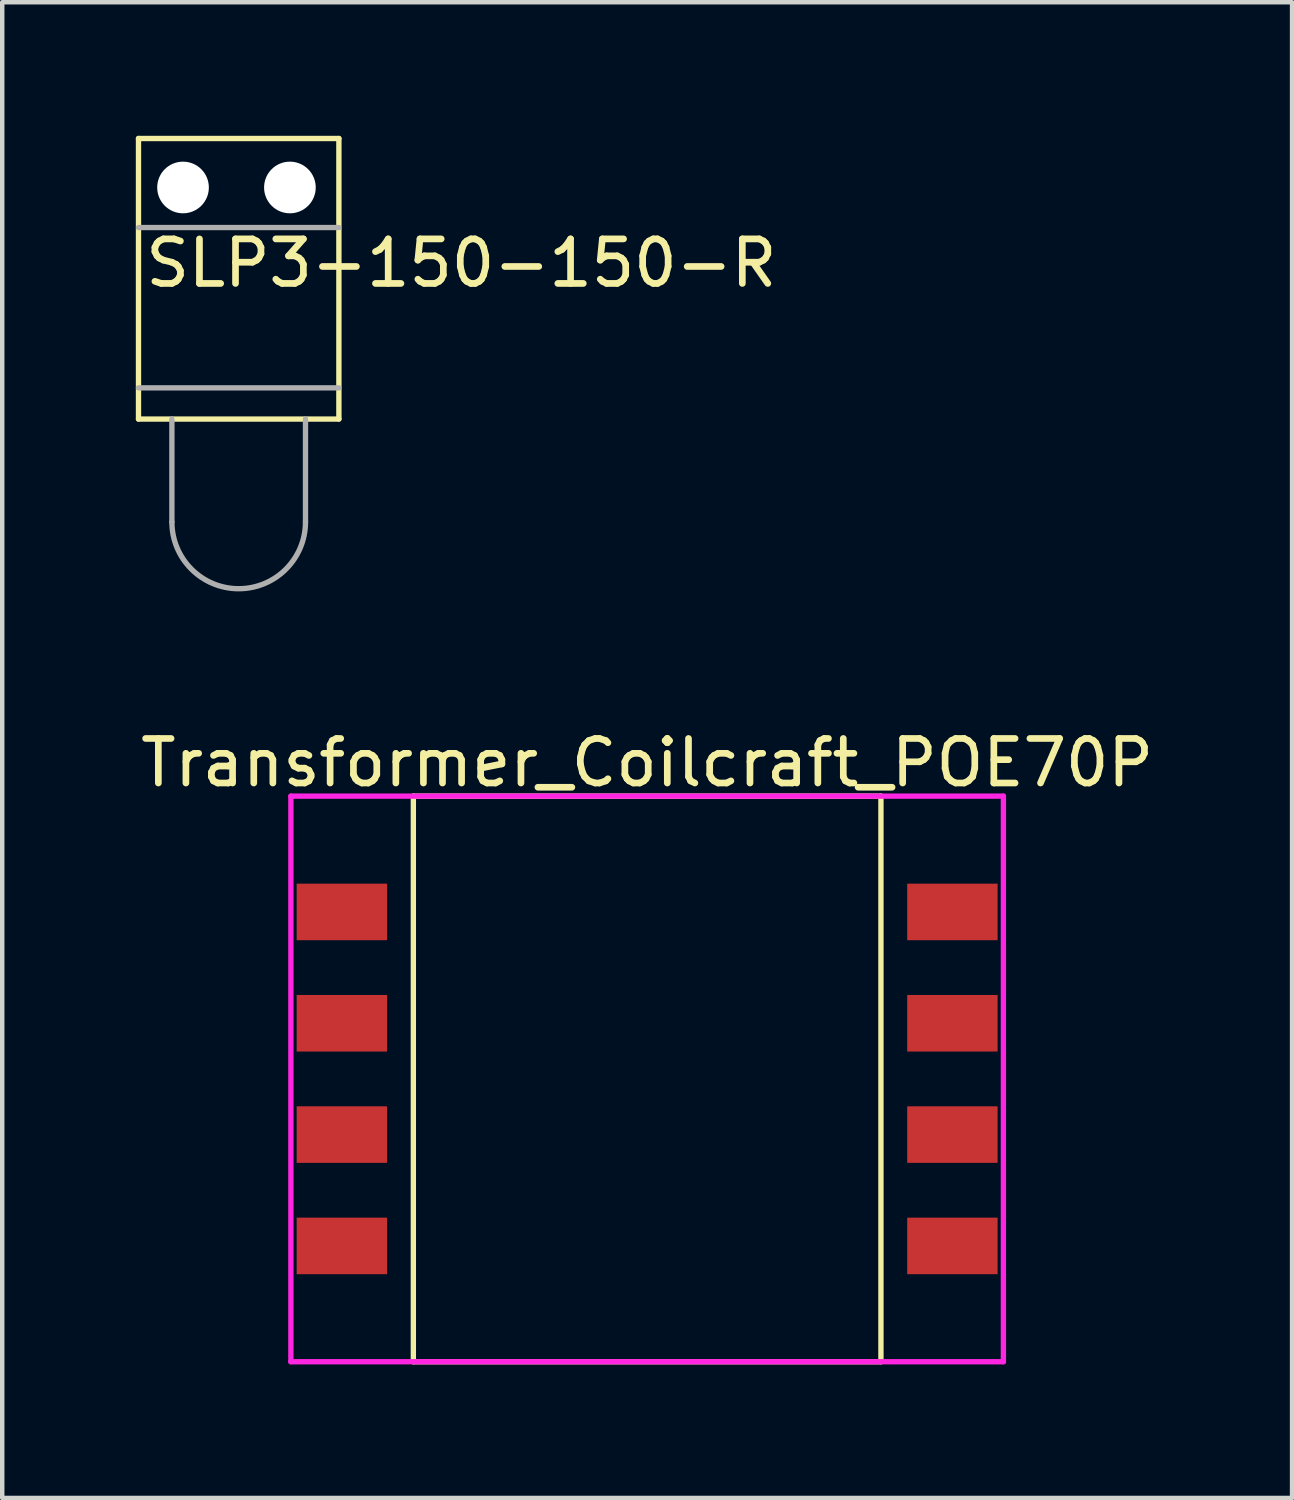
<source format=kicad_pcb>
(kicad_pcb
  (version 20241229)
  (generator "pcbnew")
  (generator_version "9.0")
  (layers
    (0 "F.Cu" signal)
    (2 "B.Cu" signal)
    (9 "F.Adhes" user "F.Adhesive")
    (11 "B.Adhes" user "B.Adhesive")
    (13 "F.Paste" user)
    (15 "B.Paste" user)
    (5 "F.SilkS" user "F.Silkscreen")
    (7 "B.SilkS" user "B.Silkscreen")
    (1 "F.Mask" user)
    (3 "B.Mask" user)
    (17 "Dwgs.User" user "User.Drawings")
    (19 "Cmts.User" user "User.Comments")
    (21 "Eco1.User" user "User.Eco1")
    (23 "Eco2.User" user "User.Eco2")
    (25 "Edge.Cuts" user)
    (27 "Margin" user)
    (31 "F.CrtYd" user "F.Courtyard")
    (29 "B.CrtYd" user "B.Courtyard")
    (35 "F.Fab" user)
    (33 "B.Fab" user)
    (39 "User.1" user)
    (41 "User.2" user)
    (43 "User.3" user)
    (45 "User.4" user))
  (footprint "Transformer_Coilcraft_POE70P"
    (layer "F.Cu")
    (at 11.482 21.178)
    (property "Reference" "Transformer_Coilcraft_POE70P" (at 0 -7.1 0) (layer "F.SilkS") (effects (font (size 1 1) (thickness 0.15))))
    (attr through_hole)
    (fp_line (start -5.25 -6.35) (end -5.25 6.35) (stroke (width 0.12) (type solid)) (layer "F.SilkS"))
    (fp_line (start -5.25 6.35) (end 5.25 6.35) (stroke (width 0.12) (type solid)) (layer "F.SilkS"))
    (fp_line (start 5.25 -6.35) (end -5.25 -6.35) (stroke (width 0.12) (type solid)) (layer "F.SilkS"))
    (fp_line (start 5.25 6.35) (end 5.25 -6.35) (stroke (width 0.12) (type solid)) (layer "F.SilkS"))
    (fp_line (start -8 -6.35) (end 8 -6.35) (stroke (width 0.12) (type solid)) (layer "F.CrtYd"))
    (fp_line (start -8 6.35) (end -8 -6.35) (stroke (width 0.12) (type solid)) (layer "F.CrtYd"))
    (fp_line (start 8 -6.35) (end 8 6.35) (stroke (width 0.12) (type solid)) (layer "F.CrtYd"))
    (fp_line (start 8 6.35) (end -8 6.35) (stroke (width 0.12) (type solid)) (layer "F.CrtYd"))
    (pad "1" smd rect (at -6.855 3.75) (size 2.03 1.27) (layers "F.Cu" "F.Mask" "F.Paste"))
    (pad "2" smd rect (at -6.855 1.25) (size 2.03 1.27) (layers "F.Cu" "F.Mask" "F.Paste"))
    (pad "3" smd rect (at -6.855 -1.25) (size 2.03 1.27) (layers "F.Cu" "F.Mask" "F.Paste"))
    (pad "4" smd rect (at -6.855 -3.75) (size 2.03 1.27) (layers "F.Cu" "F.Mask" "F.Paste"))
    (pad "5" smd rect (at 6.855 3.75) (size 2.03 1.27) (layers "F.Cu" "F.Mask" "F.Paste"))
    (pad "6" smd rect (at 6.855 1.25) (size 2.03 1.27) (layers "F.Cu" "F.Mask" "F.Paste"))
    (pad "7" smd rect (at 6.855 -1.25) (size 2.03 1.27) (layers "F.Cu" "F.Mask" "F.Paste"))
    (pad "8" smd rect (at 6.855 -3.75) (size 2.03 1.27) (layers "F.Cu" "F.Mask" "F.Paste")))
  (footprint "SLP3-150-150-R"
    (layer "F.Cu")
    (at 2.31 3.86)
    (property "Reference" "SLP3-150-150-R" (at 5 -1 0) (layer "F.SilkS") (effects (font (size 1 1) (thickness 0.15))))
    (attr through_hole)
    (fp_line (start -2.25 -3.8) (end 2.25 -3.8) (stroke (width 0.12) (type solid)) (layer "F.SilkS"))
    (fp_line (start -2.25 2.5) (end -2.25 -3.8) (stroke (width 0.12) (type solid)) (layer "F.SilkS"))
    (fp_line (start 2.25 -3.8) (end 2.25 2.5) (stroke (width 0.12) (type solid)) (layer "F.SilkS"))
    (fp_line (start 2.25 2.5) (end -2.25 2.5) (stroke (width 0.12) (type solid)) (layer "F.SilkS"))
    (fp_line (start -2.25 -1.8) (end 2.25 -1.8) (stroke (width 0.12) (type solid)) (layer "F.Fab"))
    (fp_line (start -1.5 2.5) (end -1.5 4.81) (stroke (width 0.12) (type solid)) (layer "F.Fab"))
    (fp_line (start 1.5 4.81) (end 1.5 2.5) (stroke (width 0.12) (type solid)) (layer "F.Fab"))
    (fp_line (start 2.25 1.8) (end -2.25 1.8) (stroke (width 0.12) (type solid)) (layer "F.Fab"))
    (fp_arc (start 1.5 4.81) (mid 0 6.31) (end -1.5 4.81) (stroke (width 0.12) (type solid)) (layer "F.Fab"))
    (pad "" np_thru_hole circle (at -1.25 -2.7) (size 1.16 1.16) (drill 1.16) (layers "*.Cu" "*.Mask"))
    (pad "" np_thru_hole circle (at 1.15 -2.7) (size 1.16 1.16) (drill 1.16) (layers "*.Cu" "*.Mask")))
  (gr_rect
    (start -3 -3)
    (end 25.964 30.588)
    (stroke (width 0.1) (type default))
    (fill no)
    (layer "Edge.Cuts")))
</source>
